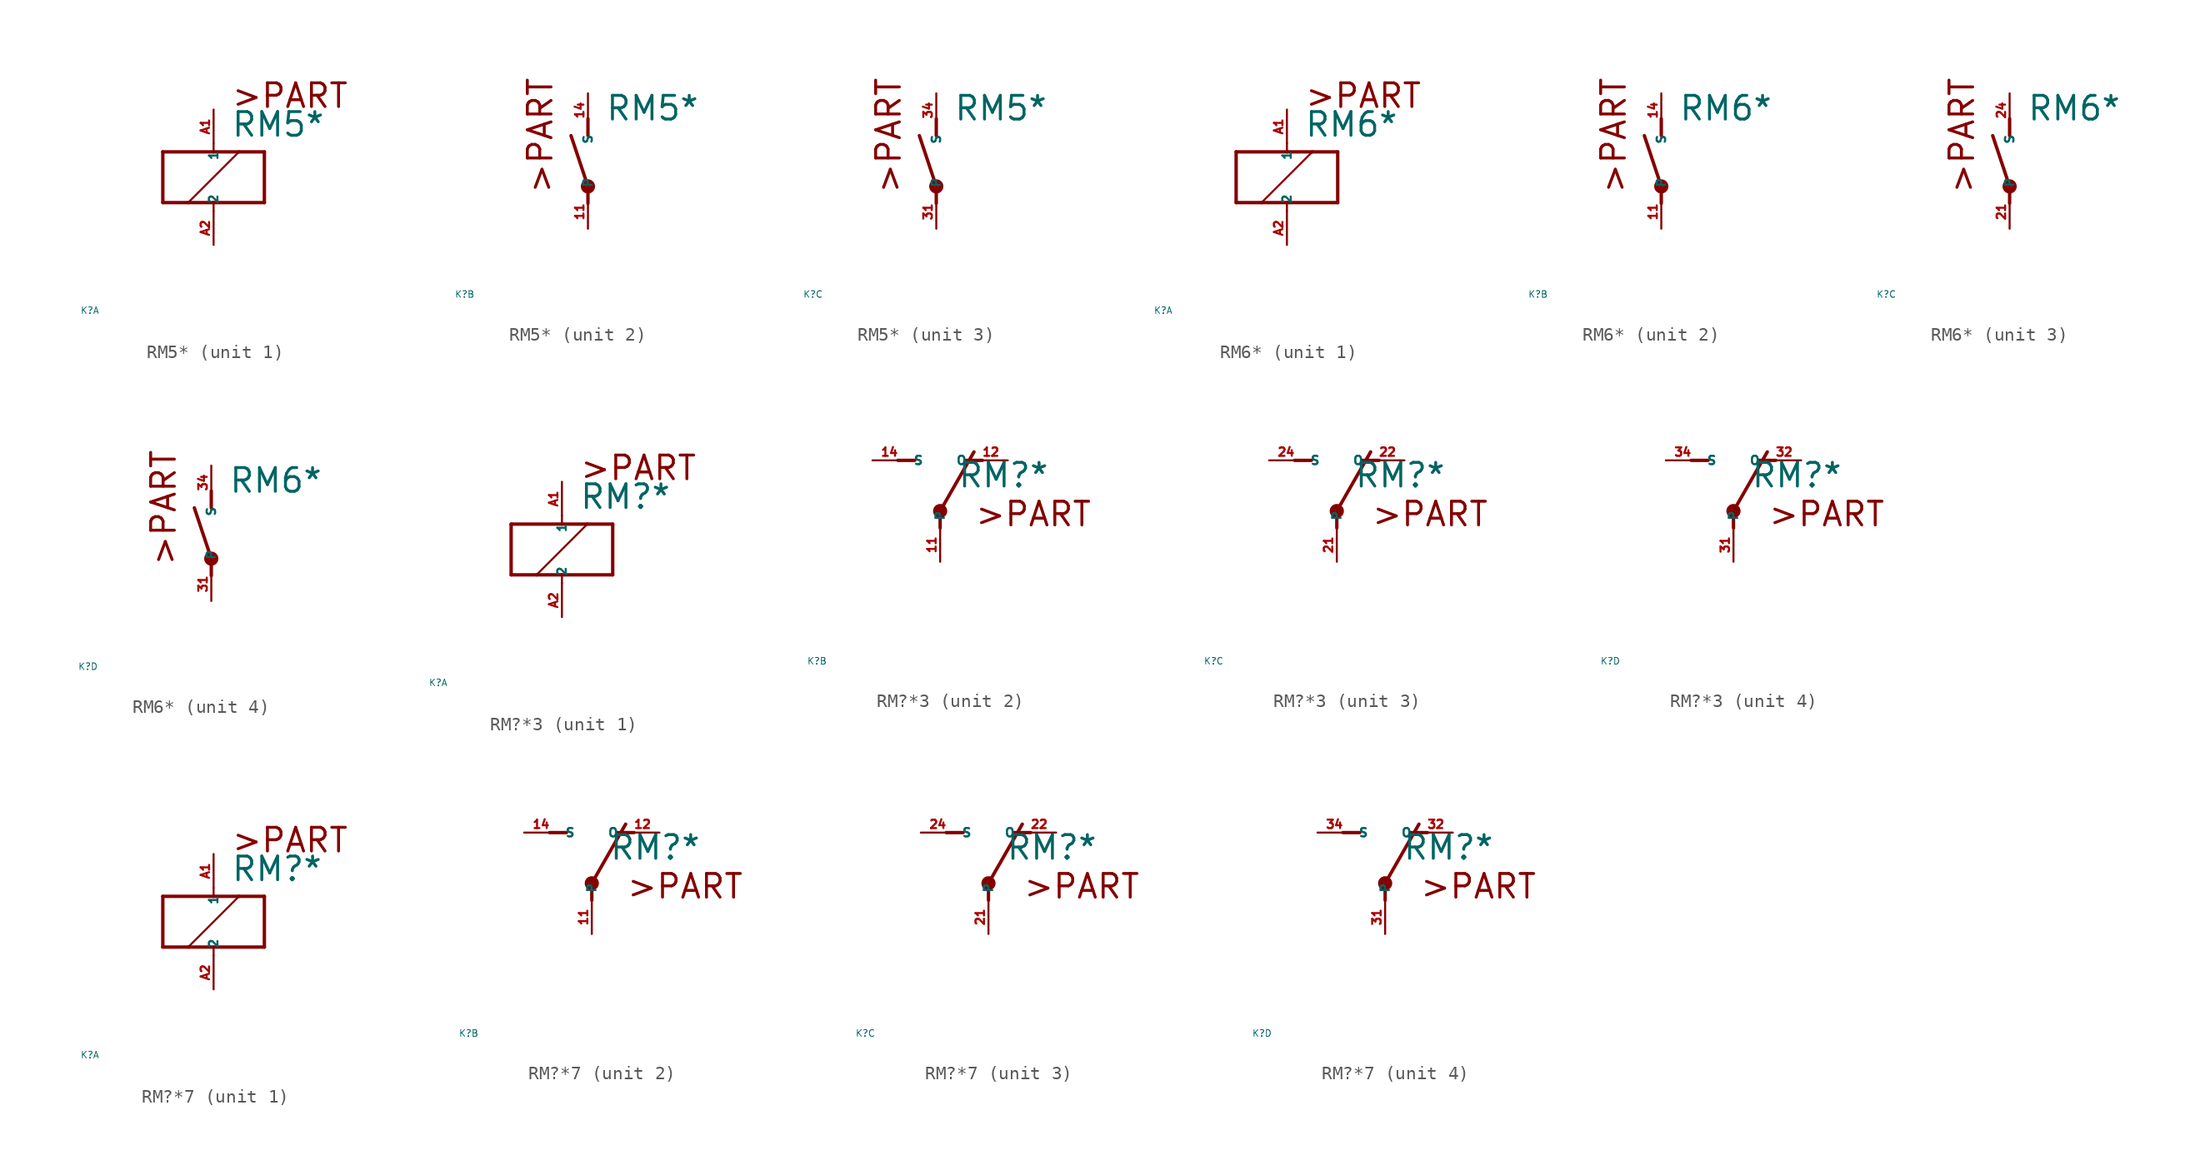
<source format=kicad_sym>
(kicad_symbol_lib
  (version 20220914)
  (generator Eagle2Kicad)
  (symbol "RM5*"
    (property "Reference" "K"
      (at -10 -10 0)
      (effects (font (size 0.5 0.5) (thickness 0.06)) (justify left)))
    (property "Value" "RM5*"
      (at 1.27 2.921 0)
      (effects (font (size 1.778 1.778) (thickness 0.22)) (justify left bottom)))
    (symbol "RM5*_1_0"
      (polyline (pts (xy -3.81 -1.905) (xy -1.905 -1.905)) (stroke (width 0.254) (type default)) (fill (type none)))
      (polyline (pts (xy 3.81 -1.905) (xy 3.81 1.905)) (stroke (width 0.254) (type default)) (fill (type none)))
      (polyline (pts (xy 3.81 1.905) (xy 1.905 1.905)) (stroke (width 0.254) (type default)) (fill (type none)))
      (polyline (pts (xy -3.81 1.905) (xy -3.81 -1.905)) (stroke (width 0.254) (type default)) (fill (type none)))
      (polyline (pts (xy 0 -2.54) (xy 0 -1.905)) (stroke (width 0.152) (type default)) (fill (type none)))
      (polyline (pts (xy 0 -1.905) (xy 3.81 -1.905)) (stroke (width 0.254) (type default)) (fill (type none)))
      (polyline (pts (xy 0 2.54) (xy 0 1.905)) (stroke (width 0.152) (type default)) (fill (type none)))
      (polyline (pts (xy 0 1.905) (xy -3.81 1.905)) (stroke (width 0.254) (type default)) (fill (type none)))
      (polyline (pts (xy -1.905 -1.905) (xy 1.905 1.905)) (stroke (width 0.152) (type default)) (fill (type none)))
      (polyline (pts (xy -1.905 -1.905) (xy 0 -1.905)) (stroke (width 0.254) (type default)) (fill (type none)))
      (polyline (pts (xy 1.905 1.905) (xy 0 1.905)) (stroke (width 0.254) (type default)) (fill (type none)))
      (text ">PART" (at 1.27 5.08 0) (effects (font (size 1.778 1.778) (thickness 0.22)) (justify left bottom)))
      (pin passive line (at 0 -5.08 90) (length 2.54) (name "2" (effects (font (size 0.635 0.635) (thickness 0.08)) (justify left bottom))) (number "A2" (effects (font (size 0.635 0.635) (thickness 0.08)) (justify left bottom))))
      (pin passive line (at 0 5.08 270) (length 2.54) (name "1" (effects (font (size 0.635 0.635) (thickness 0.08)) (justify left bottom))) (number "A1" (effects (font (size 0.635 0.635) (thickness 0.08)) (justify left bottom)))))
    (symbol "RM5*_2_0"
      (polyline (pts (xy 0 3.175) (xy 0 1.905)) (stroke (width 0.254) (type default)) (fill (type none)))
      (polyline (pts (xy 0 -3.175) (xy 0 -1.905)) (stroke (width 0.254) (type default)) (fill (type none)))
      (polyline (pts (xy 0 -1.905) (xy -1.27 1.905)) (stroke (width 0.254) (type default)) (fill (type none)))
      (text ">PART" (at -2.54 -2.54 900) (effects (font (size 1.778 1.778) (thickness 0.22)) (justify left bottom)))
      (circle (center 0 -1.905) (radius 0.127) (stroke (width 0.406) (type default)) (fill (type none)))
      (pin passive line (at 0 -5.08 90) (length 2.54) (name "P" (effects (font (size 0.635 0.635) (thickness 0.08)) (justify left bottom))) (number "11" (effects (font (size 0.635 0.635) (thickness 0.08)) (justify left bottom))))
      (pin passive line (at 0 5.08 270) (length 2.54) (name "S" (effects (font (size 0.635 0.635) (thickness 0.08)) (justify left bottom))) (number "14" (effects (font (size 0.635 0.635) (thickness 0.08)) (justify left bottom)))))
    (symbol "RM5*_3_0"
      (polyline (pts (xy 0 3.175) (xy 0 1.905)) (stroke (width 0.254) (type default)) (fill (type none)))
      (polyline (pts (xy 0 -3.175) (xy 0 -1.905)) (stroke (width 0.254) (type default)) (fill (type none)))
      (polyline (pts (xy 0 -1.905) (xy -1.27 1.905)) (stroke (width 0.254) (type default)) (fill (type none)))
      (text ">PART" (at -2.54 -2.54 900) (effects (font (size 1.778 1.778) (thickness 0.22)) (justify left bottom)))
      (circle (center 0 -1.905) (radius 0.127) (stroke (width 0.406) (type default)) (fill (type none)))
      (pin passive line (at 0 -5.08 90) (length 2.54) (name "P" (effects (font (size 0.635 0.635) (thickness 0.08)) (justify left bottom))) (number "31" (effects (font (size 0.635 0.635) (thickness 0.08)) (justify left bottom))))
      (pin passive line (at 0 5.08 270) (length 2.54) (name "S" (effects (font (size 0.635 0.635) (thickness 0.08)) (justify left bottom))) (number "34" (effects (font (size 0.635 0.635) (thickness 0.08)) (justify left bottom))))))
  (symbol "RM6*"
    (property "Reference" "K"
      (at -10 -10 0)
      (effects (font (size 0.5 0.5) (thickness 0.06)) (justify left)))
    (property "Value" "RM6*"
      (at 1.27 2.921 0)
      (effects (font (size 1.778 1.778) (thickness 0.22)) (justify left bottom)))
    (symbol "RM6*_1_0"
      (polyline (pts (xy -3.81 -1.905) (xy -1.905 -1.905)) (stroke (width 0.254) (type default)) (fill (type none)))
      (polyline (pts (xy 3.81 -1.905) (xy 3.81 1.905)) (stroke (width 0.254) (type default)) (fill (type none)))
      (polyline (pts (xy 3.81 1.905) (xy 1.905 1.905)) (stroke (width 0.254) (type default)) (fill (type none)))
      (polyline (pts (xy -3.81 1.905) (xy -3.81 -1.905)) (stroke (width 0.254) (type default)) (fill (type none)))
      (polyline (pts (xy 0 -2.54) (xy 0 -1.905)) (stroke (width 0.152) (type default)) (fill (type none)))
      (polyline (pts (xy 0 -1.905) (xy 3.81 -1.905)) (stroke (width 0.254) (type default)) (fill (type none)))
      (polyline (pts (xy 0 2.54) (xy 0 1.905)) (stroke (width 0.152) (type default)) (fill (type none)))
      (polyline (pts (xy 0 1.905) (xy -3.81 1.905)) (stroke (width 0.254) (type default)) (fill (type none)))
      (polyline (pts (xy -1.905 -1.905) (xy 1.905 1.905)) (stroke (width 0.152) (type default)) (fill (type none)))
      (polyline (pts (xy -1.905 -1.905) (xy 0 -1.905)) (stroke (width 0.254) (type default)) (fill (type none)))
      (polyline (pts (xy 1.905 1.905) (xy 0 1.905)) (stroke (width 0.254) (type default)) (fill (type none)))
      (text ">PART" (at 1.27 5.08 0) (effects (font (size 1.778 1.778) (thickness 0.22)) (justify left bottom)))
      (pin passive line (at 0 -5.08 90) (length 2.54) (name "2" (effects (font (size 0.635 0.635) (thickness 0.08)) (justify left bottom))) (number "A2" (effects (font (size 0.635 0.635) (thickness 0.08)) (justify left bottom))))
      (pin passive line (at 0 5.08 270) (length 2.54) (name "1" (effects (font (size 0.635 0.635) (thickness 0.08)) (justify left bottom))) (number "A1" (effects (font (size 0.635 0.635) (thickness 0.08)) (justify left bottom)))))
    (symbol "RM6*_2_0"
      (polyline (pts (xy 0 3.175) (xy 0 1.905)) (stroke (width 0.254) (type default)) (fill (type none)))
      (polyline (pts (xy 0 -3.175) (xy 0 -1.905)) (stroke (width 0.254) (type default)) (fill (type none)))
      (polyline (pts (xy 0 -1.905) (xy -1.27 1.905)) (stroke (width 0.254) (type default)) (fill (type none)))
      (text ">PART" (at -2.54 -2.54 900) (effects (font (size 1.778 1.778) (thickness 0.22)) (justify left bottom)))
      (circle (center 0 -1.905) (radius 0.127) (stroke (width 0.406) (type default)) (fill (type none)))
      (pin passive line (at 0 -5.08 90) (length 2.54) (name "P" (effects (font (size 0.635 0.635) (thickness 0.08)) (justify left bottom))) (number "11" (effects (font (size 0.635 0.635) (thickness 0.08)) (justify left bottom))))
      (pin passive line (at 0 5.08 270) (length 2.54) (name "S" (effects (font (size 0.635 0.635) (thickness 0.08)) (justify left bottom))) (number "14" (effects (font (size 0.635 0.635) (thickness 0.08)) (justify left bottom)))))
    (symbol "RM6*_3_0"
      (polyline (pts (xy 0 3.175) (xy 0 1.905)) (stroke (width 0.254) (type default)) (fill (type none)))
      (polyline (pts (xy 0 -3.175) (xy 0 -1.905)) (stroke (width 0.254) (type default)) (fill (type none)))
      (polyline (pts (xy 0 -1.905) (xy -1.27 1.905)) (stroke (width 0.254) (type default)) (fill (type none)))
      (text ">PART" (at -2.54 -2.54 900) (effects (font (size 1.778 1.778) (thickness 0.22)) (justify left bottom)))
      (circle (center 0 -1.905) (radius 0.127) (stroke (width 0.406) (type default)) (fill (type none)))
      (pin passive line (at 0 -5.08 90) (length 2.54) (name "P" (effects (font (size 0.635 0.635) (thickness 0.08)) (justify left bottom))) (number "21" (effects (font (size 0.635 0.635) (thickness 0.08)) (justify left bottom))))
      (pin passive line (at 0 5.08 270) (length 2.54) (name "S" (effects (font (size 0.635 0.635) (thickness 0.08)) (justify left bottom))) (number "24" (effects (font (size 0.635 0.635) (thickness 0.08)) (justify left bottom)))))
    (symbol "RM6*_4_0"
      (polyline (pts (xy 0 3.175) (xy 0 1.905)) (stroke (width 0.254) (type default)) (fill (type none)))
      (polyline (pts (xy 0 -3.175) (xy 0 -1.905)) (stroke (width 0.254) (type default)) (fill (type none)))
      (polyline (pts (xy 0 -1.905) (xy -1.27 1.905)) (stroke (width 0.254) (type default)) (fill (type none)))
      (text ">PART" (at -2.54 -2.54 900) (effects (font (size 1.778 1.778) (thickness 0.22)) (justify left bottom)))
      (circle (center 0 -1.905) (radius 0.127) (stroke (width 0.406) (type default)) (fill (type none)))
      (pin passive line (at 0 -5.08 90) (length 2.54) (name "P" (effects (font (size 0.635 0.635) (thickness 0.08)) (justify left bottom))) (number "31" (effects (font (size 0.635 0.635) (thickness 0.08)) (justify left bottom))))
      (pin passive line (at 0 5.08 270) (length 2.54) (name "S" (effects (font (size 0.635 0.635) (thickness 0.08)) (justify left bottom))) (number "34" (effects (font (size 0.635 0.635) (thickness 0.08)) (justify left bottom))))))
  (symbol "RM?*3"
    (property "Reference" "K"
      (at -10 -10 0)
      (effects (font (size 0.5 0.5) (thickness 0.06)) (justify left)))
    (property "Value" "RM?*"
      (at 1.27 2.921 0)
      (effects (font (size 1.778 1.778) (thickness 0.22)) (justify left bottom)))
    (symbol "RM?*3_1_0"
      (polyline (pts (xy -3.81 -1.905) (xy -1.905 -1.905)) (stroke (width 0.254) (type default)) (fill (type none)))
      (polyline (pts (xy 3.81 -1.905) (xy 3.81 1.905)) (stroke (width 0.254) (type default)) (fill (type none)))
      (polyline (pts (xy 3.81 1.905) (xy 1.905 1.905)) (stroke (width 0.254) (type default)) (fill (type none)))
      (polyline (pts (xy -3.81 1.905) (xy -3.81 -1.905)) (stroke (width 0.254) (type default)) (fill (type none)))
      (polyline (pts (xy 0 -2.54) (xy 0 -1.905)) (stroke (width 0.152) (type default)) (fill (type none)))
      (polyline (pts (xy 0 -1.905) (xy 3.81 -1.905)) (stroke (width 0.254) (type default)) (fill (type none)))
      (polyline (pts (xy 0 2.54) (xy 0 1.905)) (stroke (width 0.152) (type default)) (fill (type none)))
      (polyline (pts (xy 0 1.905) (xy -3.81 1.905)) (stroke (width 0.254) (type default)) (fill (type none)))
      (polyline (pts (xy -1.905 -1.905) (xy 1.905 1.905)) (stroke (width 0.152) (type default)) (fill (type none)))
      (polyline (pts (xy -1.905 -1.905) (xy 0 -1.905)) (stroke (width 0.254) (type default)) (fill (type none)))
      (polyline (pts (xy 1.905 1.905) (xy 0 1.905)) (stroke (width 0.254) (type default)) (fill (type none)))
      (text ">PART" (at 1.27 5.08 0) (effects (font (size 1.778 1.778) (thickness 0.22)) (justify left bottom)))
      (pin passive line (at 0 -5.08 90) (length 2.54) (name "2" (effects (font (size 0.635 0.635) (thickness 0.08)) (justify left bottom))) (number "A2" (effects (font (size 0.635 0.635) (thickness 0.08)) (justify left bottom))))
      (pin passive line (at 0 5.08 270) (length 2.54) (name "1" (effects (font (size 0.635 0.635) (thickness 0.08)) (justify left bottom))) (number "A1" (effects (font (size 0.635 0.635) (thickness 0.08)) (justify left bottom)))))
    (symbol "RM?*3_2_0"
      (polyline (pts (xy 3.175 5.08) (xy 1.905 5.08)) (stroke (width 0.254) (type default)) (fill (type none)))
      (polyline (pts (xy -3.175 5.08) (xy -1.905 5.08)) (stroke (width 0.254) (type default)) (fill (type none)))
      (polyline (pts (xy 0 1.27) (xy 2.54 5.715)) (stroke (width 0.254) (type default)) (fill (type none)))
      (polyline (pts (xy 0 1.27) (xy 0 0)) (stroke (width 0.254) (type default)) (fill (type none)))
      (text ">PART" (at 2.54 0 0) (effects (font (size 1.778 1.778) (thickness 0.22)) (justify left bottom)))
      (circle (center 0 1.27) (radius 0.127) (stroke (width 0.406) (type default)) (fill (type none)))
      (pin passive line (at 5.08 5.08 180) (length 2.54) (name "O" (effects (font (size 0.635 0.635) (thickness 0.08)) (justify left bottom))) (number "12" (effects (font (size 0.635 0.635) (thickness 0.08)) (justify left bottom))))
      (pin passive line (at -5.08 5.08 0) (length 2.54) (name "S" (effects (font (size 0.635 0.635) (thickness 0.08)) (justify left bottom))) (number "14" (effects (font (size 0.635 0.635) (thickness 0.08)) (justify left bottom))))
      (pin passive line (at 0 -2.54 90) (length 2.54) (name "P" (effects (font (size 0.635 0.635) (thickness 0.08)) (justify left bottom))) (number "11" (effects (font (size 0.635 0.635) (thickness 0.08)) (justify left bottom)))))
    (symbol "RM?*3_3_0"
      (polyline (pts (xy 3.175 5.08) (xy 1.905 5.08)) (stroke (width 0.254) (type default)) (fill (type none)))
      (polyline (pts (xy -3.175 5.08) (xy -1.905 5.08)) (stroke (width 0.254) (type default)) (fill (type none)))
      (polyline (pts (xy 0 1.27) (xy 2.54 5.715)) (stroke (width 0.254) (type default)) (fill (type none)))
      (polyline (pts (xy 0 1.27) (xy 0 0)) (stroke (width 0.254) (type default)) (fill (type none)))
      (text ">PART" (at 2.54 0 0) (effects (font (size 1.778 1.778) (thickness 0.22)) (justify left bottom)))
      (circle (center 0 1.27) (radius 0.127) (stroke (width 0.406) (type default)) (fill (type none)))
      (pin passive line (at 5.08 5.08 180) (length 2.54) (name "O" (effects (font (size 0.635 0.635) (thickness 0.08)) (justify left bottom))) (number "22" (effects (font (size 0.635 0.635) (thickness 0.08)) (justify left bottom))))
      (pin passive line (at -5.08 5.08 0) (length 2.54) (name "S" (effects (font (size 0.635 0.635) (thickness 0.08)) (justify left bottom))) (number "24" (effects (font (size 0.635 0.635) (thickness 0.08)) (justify left bottom))))
      (pin passive line (at 0 -2.54 90) (length 2.54) (name "P" (effects (font (size 0.635 0.635) (thickness 0.08)) (justify left bottom))) (number "21" (effects (font (size 0.635 0.635) (thickness 0.08)) (justify left bottom)))))
    (symbol "RM?*3_4_0"
      (polyline (pts (xy 3.175 5.08) (xy 1.905 5.08)) (stroke (width 0.254) (type default)) (fill (type none)))
      (polyline (pts (xy -3.175 5.08) (xy -1.905 5.08)) (stroke (width 0.254) (type default)) (fill (type none)))
      (polyline (pts (xy 0 1.27) (xy 2.54 5.715)) (stroke (width 0.254) (type default)) (fill (type none)))
      (polyline (pts (xy 0 1.27) (xy 0 0)) (stroke (width 0.254) (type default)) (fill (type none)))
      (text ">PART" (at 2.54 0 0) (effects (font (size 1.778 1.778) (thickness 0.22)) (justify left bottom)))
      (circle (center 0 1.27) (radius 0.127) (stroke (width 0.406) (type default)) (fill (type none)))
      (pin passive line (at 5.08 5.08 180) (length 2.54) (name "O" (effects (font (size 0.635 0.635) (thickness 0.08)) (justify left bottom))) (number "32" (effects (font (size 0.635 0.635) (thickness 0.08)) (justify left bottom))))
      (pin passive line (at -5.08 5.08 0) (length 2.54) (name "S" (effects (font (size 0.635 0.635) (thickness 0.08)) (justify left bottom))) (number "34" (effects (font (size 0.635 0.635) (thickness 0.08)) (justify left bottom))))
      (pin passive line (at 0 -2.54 90) (length 2.54) (name "P" (effects (font (size 0.635 0.635) (thickness 0.08)) (justify left bottom))) (number "31" (effects (font (size 0.635 0.635) (thickness 0.08)) (justify left bottom))))))
  (symbol "RM?*7"
    (property "Reference" "K"
      (at -10 -10 0)
      (effects (font (size 0.5 0.5) (thickness 0.06)) (justify left)))
    (property "Value" "RM?*"
      (at 1.27 2.921 0)
      (effects (font (size 1.778 1.778) (thickness 0.22)) (justify left bottom)))
    (symbol "RM?*7_1_0"
      (polyline (pts (xy -3.81 -1.905) (xy -1.905 -1.905)) (stroke (width 0.254) (type default)) (fill (type none)))
      (polyline (pts (xy 3.81 -1.905) (xy 3.81 1.905)) (stroke (width 0.254) (type default)) (fill (type none)))
      (polyline (pts (xy 3.81 1.905) (xy 1.905 1.905)) (stroke (width 0.254) (type default)) (fill (type none)))
      (polyline (pts (xy -3.81 1.905) (xy -3.81 -1.905)) (stroke (width 0.254) (type default)) (fill (type none)))
      (polyline (pts (xy 0 -2.54) (xy 0 -1.905)) (stroke (width 0.152) (type default)) (fill (type none)))
      (polyline (pts (xy 0 -1.905) (xy 3.81 -1.905)) (stroke (width 0.254) (type default)) (fill (type none)))
      (polyline (pts (xy 0 2.54) (xy 0 1.905)) (stroke (width 0.152) (type default)) (fill (type none)))
      (polyline (pts (xy 0 1.905) (xy -3.81 1.905)) (stroke (width 0.254) (type default)) (fill (type none)))
      (polyline (pts (xy -1.905 -1.905) (xy 1.905 1.905)) (stroke (width 0.152) (type default)) (fill (type none)))
      (polyline (pts (xy -1.905 -1.905) (xy 0 -1.905)) (stroke (width 0.254) (type default)) (fill (type none)))
      (polyline (pts (xy 1.905 1.905) (xy 0 1.905)) (stroke (width 0.254) (type default)) (fill (type none)))
      (text ">PART" (at 1.27 5.08 0) (effects (font (size 1.778 1.778) (thickness 0.22)) (justify left bottom)))
      (pin passive line (at 0 -5.08 90) (length 2.54) (name "2" (effects (font (size 0.635 0.635) (thickness 0.08)) (justify left bottom))) (number "A2" (effects (font (size 0.635 0.635) (thickness 0.08)) (justify left bottom))))
      (pin passive line (at 0 5.08 270) (length 2.54) (name "1" (effects (font (size 0.635 0.635) (thickness 0.08)) (justify left bottom))) (number "A1" (effects (font (size 0.635 0.635) (thickness 0.08)) (justify left bottom)))))
    (symbol "RM?*7_2_0"
      (polyline (pts (xy 3.175 5.08) (xy 1.905 5.08)) (stroke (width 0.254) (type default)) (fill (type none)))
      (polyline (pts (xy -3.175 5.08) (xy -1.905 5.08)) (stroke (width 0.254) (type default)) (fill (type none)))
      (polyline (pts (xy 0 1.27) (xy 2.54 5.715)) (stroke (width 0.254) (type default)) (fill (type none)))
      (polyline (pts (xy 0 1.27) (xy 0 0)) (stroke (width 0.254) (type default)) (fill (type none)))
      (text ">PART" (at 2.54 0 0) (effects (font (size 1.778 1.778) (thickness 0.22)) (justify left bottom)))
      (circle (center 0 1.27) (radius 0.127) (stroke (width 0.406) (type default)) (fill (type none)))
      (pin passive line (at 5.08 5.08 180) (length 2.54) (name "O" (effects (font (size 0.635 0.635) (thickness 0.08)) (justify left bottom))) (number "12" (effects (font (size 0.635 0.635) (thickness 0.08)) (justify left bottom))))
      (pin passive line (at -5.08 5.08 0) (length 2.54) (name "S" (effects (font (size 0.635 0.635) (thickness 0.08)) (justify left bottom))) (number "14" (effects (font (size 0.635 0.635) (thickness 0.08)) (justify left bottom))))
      (pin passive line (at 0 -2.54 90) (length 2.54) (name "P" (effects (font (size 0.635 0.635) (thickness 0.08)) (justify left bottom))) (number "11" (effects (font (size 0.635 0.635) (thickness 0.08)) (justify left bottom)))))
    (symbol "RM?*7_3_0"
      (polyline (pts (xy 3.175 5.08) (xy 1.905 5.08)) (stroke (width 0.254) (type default)) (fill (type none)))
      (polyline (pts (xy -3.175 5.08) (xy -1.905 5.08)) (stroke (width 0.254) (type default)) (fill (type none)))
      (polyline (pts (xy 0 1.27) (xy 2.54 5.715)) (stroke (width 0.254) (type default)) (fill (type none)))
      (polyline (pts (xy 0 1.27) (xy 0 0)) (stroke (width 0.254) (type default)) (fill (type none)))
      (text ">PART" (at 2.54 0 0) (effects (font (size 1.778 1.778) (thickness 0.22)) (justify left bottom)))
      (circle (center 0 1.27) (radius 0.127) (stroke (width 0.406) (type default)) (fill (type none)))
      (pin passive line (at 5.08 5.08 180) (length 2.54) (name "O" (effects (font (size 0.635 0.635) (thickness 0.08)) (justify left bottom))) (number "22" (effects (font (size 0.635 0.635) (thickness 0.08)) (justify left bottom))))
      (pin passive line (at -5.08 5.08 0) (length 2.54) (name "S" (effects (font (size 0.635 0.635) (thickness 0.08)) (justify left bottom))) (number "24" (effects (font (size 0.635 0.635) (thickness 0.08)) (justify left bottom))))
      (pin passive line (at 0 -2.54 90) (length 2.54) (name "P" (effects (font (size 0.635 0.635) (thickness 0.08)) (justify left bottom))) (number "21" (effects (font (size 0.635 0.635) (thickness 0.08)) (justify left bottom)))))
    (symbol "RM?*7_4_0"
      (polyline (pts (xy 3.175 5.08) (xy 1.905 5.08)) (stroke (width 0.254) (type default)) (fill (type none)))
      (polyline (pts (xy -3.175 5.08) (xy -1.905 5.08)) (stroke (width 0.254) (type default)) (fill (type none)))
      (polyline (pts (xy 0 1.27) (xy 2.54 5.715)) (stroke (width 0.254) (type default)) (fill (type none)))
      (polyline (pts (xy 0 1.27) (xy 0 0)) (stroke (width 0.254) (type default)) (fill (type none)))
      (text ">PART" (at 2.54 0 0) (effects (font (size 1.778 1.778) (thickness 0.22)) (justify left bottom)))
      (circle (center 0 1.27) (radius 0.127) (stroke (width 0.406) (type default)) (fill (type none)))
      (pin passive line (at 5.08 5.08 180) (length 2.54) (name "O" (effects (font (size 0.635 0.635) (thickness 0.08)) (justify left bottom))) (number "32" (effects (font (size 0.635 0.635) (thickness 0.08)) (justify left bottom))))
      (pin passive line (at -5.08 5.08 0) (length 2.54) (name "S" (effects (font (size 0.635 0.635) (thickness 0.08)) (justify left bottom))) (number "34" (effects (font (size 0.635 0.635) (thickness 0.08)) (justify left bottom))))
      (pin passive line (at 0 -2.54 90) (length 2.54) (name "P" (effects (font (size 0.635 0.635) (thickness 0.08)) (justify left bottom))) (number "31" (effects (font (size 0.635 0.635) (thickness 0.08)) (justify left bottom)))))))
</source>
